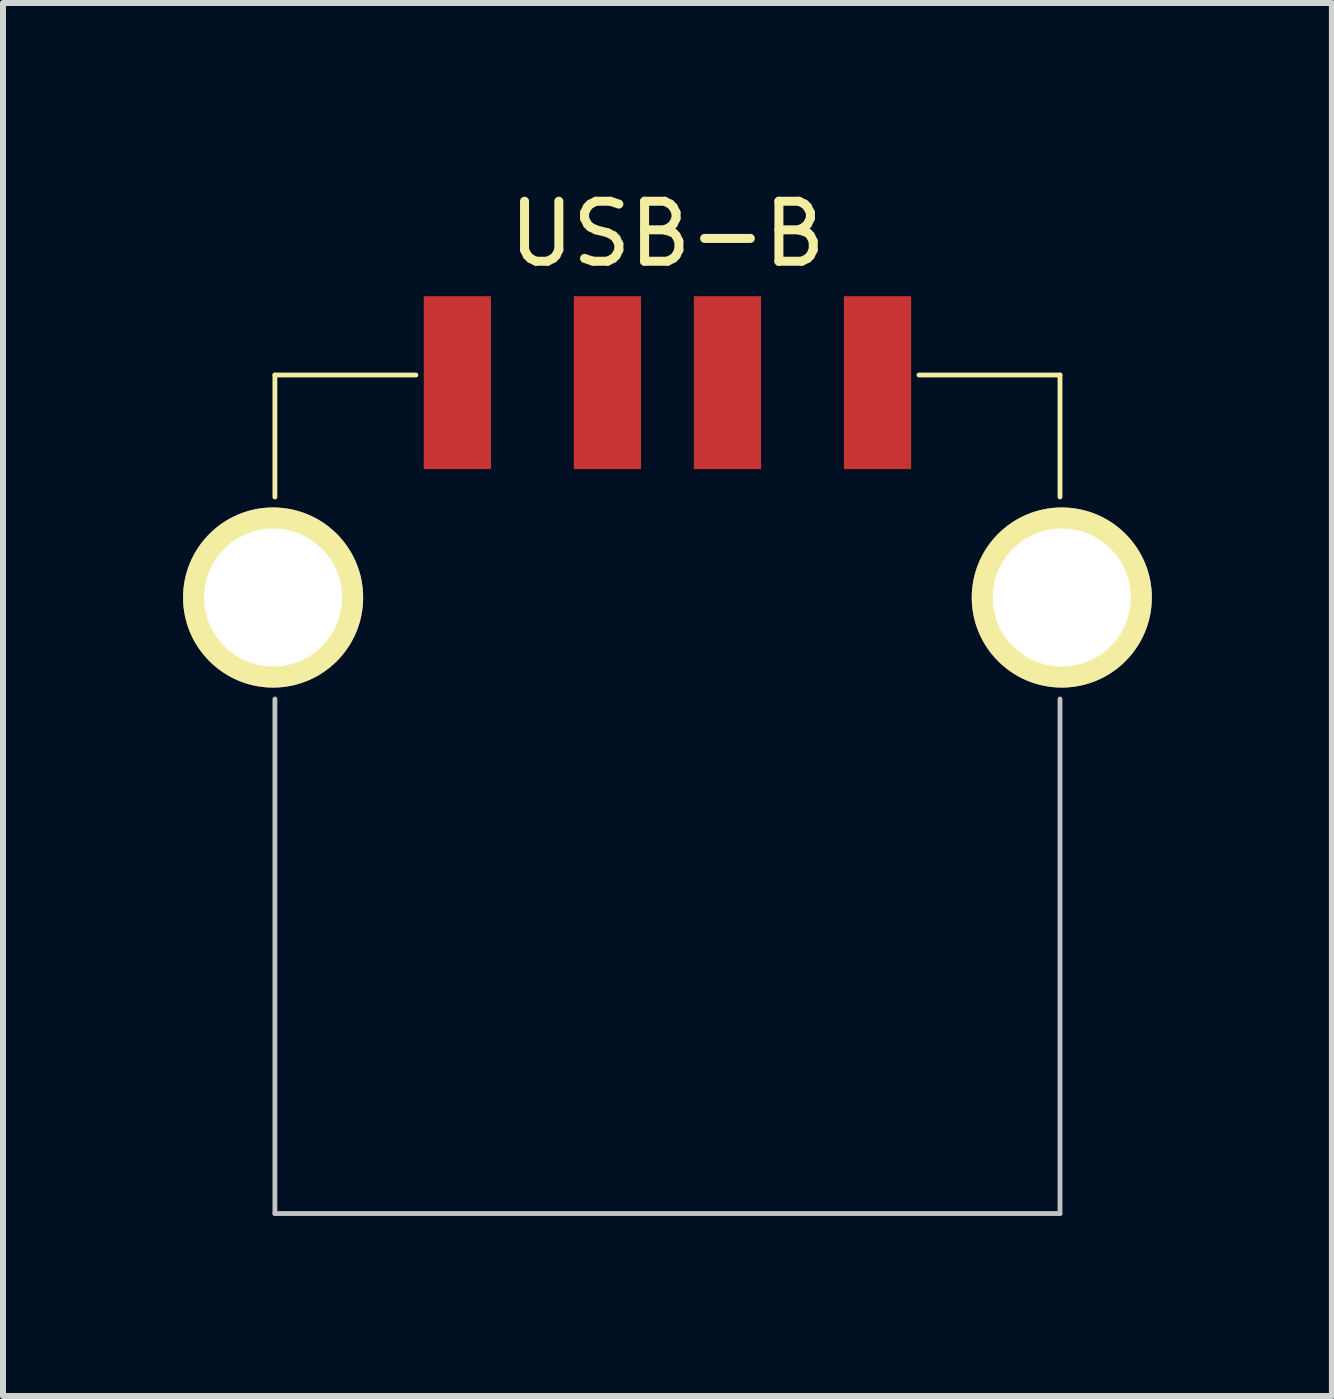
<source format=kicad_pcb>
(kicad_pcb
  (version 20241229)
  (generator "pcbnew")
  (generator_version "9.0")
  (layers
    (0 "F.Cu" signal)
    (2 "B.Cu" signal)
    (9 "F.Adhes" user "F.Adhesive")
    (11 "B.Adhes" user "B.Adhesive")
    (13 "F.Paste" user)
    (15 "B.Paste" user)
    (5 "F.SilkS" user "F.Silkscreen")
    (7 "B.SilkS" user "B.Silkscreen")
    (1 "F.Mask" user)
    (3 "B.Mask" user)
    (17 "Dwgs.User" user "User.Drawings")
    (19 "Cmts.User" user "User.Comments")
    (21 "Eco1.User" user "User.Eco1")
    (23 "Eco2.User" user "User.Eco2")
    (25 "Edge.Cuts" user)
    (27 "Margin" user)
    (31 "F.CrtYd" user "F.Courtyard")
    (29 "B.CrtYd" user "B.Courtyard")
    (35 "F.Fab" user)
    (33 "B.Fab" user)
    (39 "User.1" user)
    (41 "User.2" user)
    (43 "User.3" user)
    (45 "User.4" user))
  (footprint "USB-B"
    (layer "F.Cu")
    (at 8.07 3.325)
    (property "Reference" "USB-B" (at 0 -2.477 0) (layer "F.SilkS") (effects (font (size 1 1) (thickness 0.15))))
    (attr through_hole)
    (fp_line (start -6.54 -0.127) (end -6.54 1.905) (stroke (width 0.08) (type solid)) (layer "F.SilkS"))
    (fp_line (start -4.191 -0.127) (end -6.54 -0.127) (stroke (width 0.08) (type solid)) (layer "F.SilkS"))
    (fp_line (start 6.54 -0.127) (end 4.191 -0.127) (stroke (width 0.08) (type solid)) (layer "F.SilkS"))
    (fp_line (start 6.54 -0.127) (end 6.54 1.905) (stroke (width 0.08) (type solid)) (layer "F.SilkS"))
    (fp_line (start -6.54 13.843) (end -6.54 5.271) (stroke (width 0.08) (type solid)) (layer "Dwgs.User"))
    (fp_line (start 6.54 13.843) (end -6.54 13.843) (stroke (width 0.08) (type solid)) (layer "Dwgs.User"))
    (fp_line (start 6.54 13.843) (end 6.54 5.271) (stroke (width 0.08) (type solid)) (layer "Dwgs.User"))
    (pad "1" smd rect (at -3.5 0) (size 1.12 2.88) (layers "F.Cu" "F.Mask" "F.Paste"))
    (pad "2" smd rect (at -1 0) (size 1.12 2.88) (layers "F.Cu" "F.Mask" "F.Paste"))
    (pad "3" smd rect (at 1 0) (size 1.12 2.88) (layers "F.Cu" "F.Mask" "F.Paste"))
    (pad "4" smd rect (at 3.5 0) (size 1.12 2.88) (layers "F.Cu" "F.Mask" "F.Paste"))
    (pad "5" thru_hole circle (at -6.57 3.58) (size 3 3) (drill 2.3) (layers "*.Cu" "*.Mask" "F.SilkS"))
    (pad "5" thru_hole circle (at 6.57 3.58) (size 3 3) (drill 2.3) (layers "*.Cu" "*.Mask" "F.SilkS")))
  (gr_rect
    (start -3 -3)
    (end 19.14 20.208)
    (stroke (width 0.1) (type default))
    (fill no)
    (layer "Edge.Cuts")))
</source>
